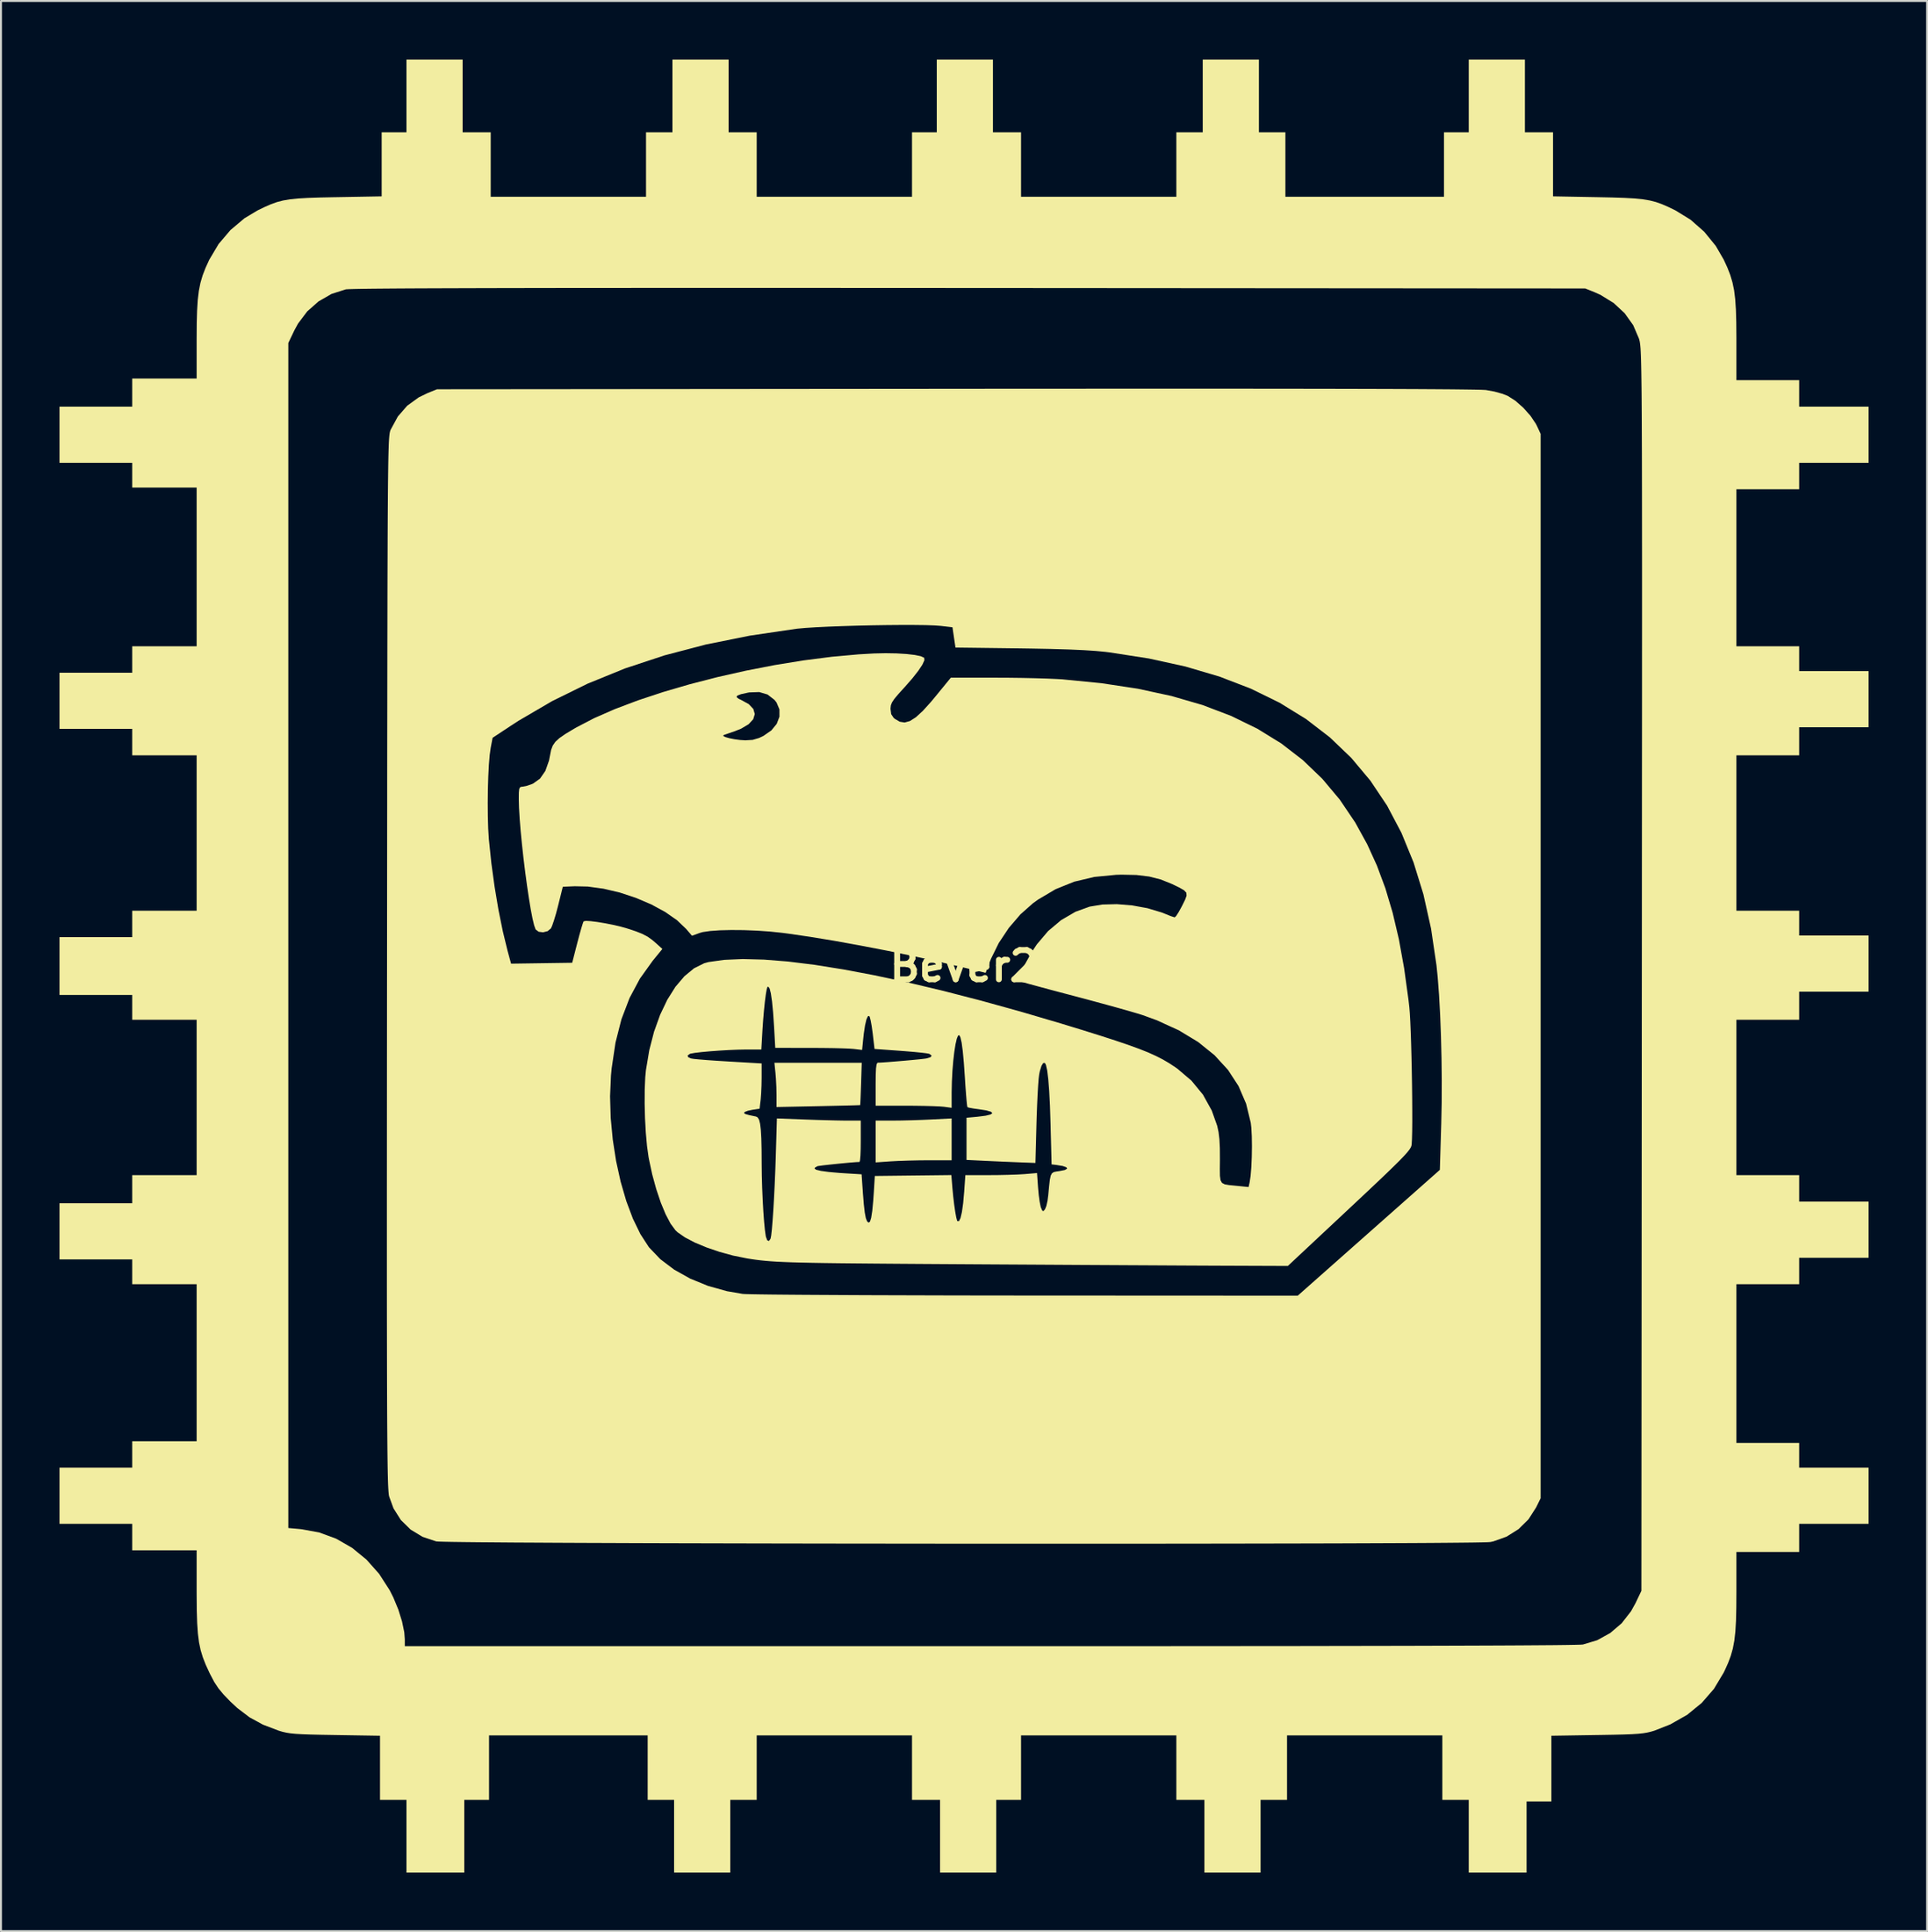
<source format=kicad_pcb>
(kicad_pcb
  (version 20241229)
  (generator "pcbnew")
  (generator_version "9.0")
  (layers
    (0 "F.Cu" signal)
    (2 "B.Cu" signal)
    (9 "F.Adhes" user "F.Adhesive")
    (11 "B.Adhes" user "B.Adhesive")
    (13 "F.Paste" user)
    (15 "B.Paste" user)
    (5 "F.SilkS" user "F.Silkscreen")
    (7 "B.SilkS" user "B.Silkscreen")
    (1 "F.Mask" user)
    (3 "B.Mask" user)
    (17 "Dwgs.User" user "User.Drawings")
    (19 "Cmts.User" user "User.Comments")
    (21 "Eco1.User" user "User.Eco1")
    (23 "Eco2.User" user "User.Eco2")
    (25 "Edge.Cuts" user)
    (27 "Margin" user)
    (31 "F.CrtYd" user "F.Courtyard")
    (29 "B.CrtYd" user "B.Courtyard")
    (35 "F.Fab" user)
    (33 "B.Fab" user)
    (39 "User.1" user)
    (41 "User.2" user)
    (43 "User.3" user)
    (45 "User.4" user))
  (footprint "Bever2"
    (layer "F.Cu")
    (at 46.355 46.44)
    (property "Reference" "Bever2" (at 0 0 0) (layer "F.SilkS") (effects (font (size 1.5 1.5) (thickness 0.3))))
    (attr board_only exclude_from_pos_files exclude_from_bom)
    (fp_poly (pts (xy -0.635 8.877) (xy -0.635 9.948) (xy -1.807 9.948) (xy -2.325 9.953) (xy -2.865 9.965) (xy -3.363 9.982) (xy -3.755 10.003) (xy -4.53 10.058) (xy -4.53 8.987) (xy -4.53 7.916) (xy -3.662 7.916) (xy -3.21 7.911) (xy -2.665 7.898) (xy -2.105 7.878) (xy -1.714 7.861) (xy -0.635 7.806)) (stroke (width 0) (type solid)) (fill yes) (layer "F.SilkS"))
    (fp_poly (pts (xy -5.276 6.032) (xy -5.29 6.439) (xy -5.303 6.777) (xy -5.314 7.014) (xy -5.322 7.12) (xy -5.322 7.122) (xy -5.407 7.126) (xy -5.637 7.134) (xy -5.992 7.143) (xy -6.448 7.154) (xy -6.982 7.166) (xy -7.472 7.177) (xy -9.61 7.221) (xy -9.61 6.607) (xy -9.618 6.201) (xy -9.64 5.77) (xy -9.664 5.473) (xy -9.718 4.953) (xy -7.48 4.953) (xy -5.242 4.953)) (stroke (width 0) (type solid)) (fill yes) (layer "F.SilkS"))
    (fp_poly (pts (xy 12.249 -29.578) (xy 14.299 -29.578) (xy 16.187 -29.576) (xy 17.916 -29.574) (xy 19.486 -29.571) (xy 20.9 -29.567) (xy 22.157 -29.563) (xy 23.26 -29.558) (xy 24.211 -29.552) (xy 25.009 -29.546) (xy 25.657 -29.538) (xy 26.156 -29.531) (xy 26.508 -29.522) (xy 26.713 -29.513) (xy 26.755 -29.509) (xy 27.185 -29.43) (xy 27.597 -29.315) (xy 27.865 -29.209) (xy 28.255 -28.959) (xy 28.659 -28.604) (xy 29.025 -28.194) (xy 29.304 -27.781) (xy 29.363 -27.665) (xy 29.549 -27.263) (xy 29.549 -0.000001) (xy 29.549 27.263) (xy 29.317 27.734) (xy 28.928 28.34) (xy 28.416 28.845) (xy 27.806 29.229) (xy 27.124 29.474) (xy 26.976 29.505) (xy 26.843 29.514) (xy 26.549 29.523) (xy 26.101 29.531) (xy 25.509 29.538) (xy 24.778 29.545) (xy 23.918 29.552) (xy 22.937 29.558) (xy 21.841 29.563) (xy 20.64 29.568) (xy 19.34 29.573) (xy 17.95 29.577) (xy 16.478 29.58) (xy 14.931 29.583) (xy 13.318 29.586) (xy 11.646 29.588) (xy 9.923 29.59) (xy 8.157 29.591) (xy 6.356 29.591) (xy 4.528 29.592) (xy 2.68 29.592) (xy 0.821 29.591) (xy -1.042 29.59) (xy -2.901 29.588) (xy -4.747 29.586) (xy -6.573 29.584) (xy -8.372 29.581) (xy -10.135 29.578) (xy -11.854 29.574) (xy -13.522 29.57) (xy -15.13 29.566) (xy -16.671 29.561) (xy -18.137 29.555) (xy -19.52 29.55) (xy -20.812 29.544) (xy -22.005 29.537) (xy -23.092 29.531) (xy -24.064 29.523) (xy -24.914 29.516) (xy -25.634 29.508) (xy -26.215 29.5) (xy -26.651 29.491) (xy -26.933 29.482) (xy -27.051 29.473) (xy -27.754 29.237) (xy -28.362 28.867) (xy -28.862 28.377) (xy -29.239 27.781) (xy -29.462 27.171) (xy -29.474 27.11) (xy -29.486 27.023) (xy -29.496 26.906) (xy -29.506 26.752) (xy -29.516 26.557) (xy -29.524 26.314) (xy -29.532 26.018) (xy -29.539 25.664) (xy -29.545 25.246) (xy -29.551 24.759) (xy -29.556 24.198) (xy -29.561 23.556) (xy -29.565 22.828) (xy -29.568 22.01) (xy -29.571 21.095) (xy -29.573 20.078) (xy -29.575 18.953) (xy -29.577 17.716) (xy -29.578 16.36) (xy -29.578 14.88) (xy -29.578 13.271) (xy -29.578 11.527) (xy -29.577 9.642) (xy -29.576 7.612) (xy -29.575 5.431) (xy -29.573 3.093) (xy -29.571 0.592) (xy -29.57 -0.216) (xy -29.568 -2.746) (xy -29.566 -5.113) (xy -29.564 -7.321) (xy -29.563 -8.354) (xy -24.409 -8.354) (xy -24.404 -7.68) (xy -24.386 -7.054) (xy -24.353 -6.513) (xy -24.349 -6.471) (xy -24.225 -5.278) (xy -24.059 -4.066) (xy -23.86 -2.883) (xy -23.636 -1.775) (xy -23.395 -0.789) (xy -23.393 -0.781) (xy -23.213 -0.123) (xy -21.647 -0.146) (xy -20.081 -0.169) (xy -19.815 -1.204) (xy -19.71 -1.601) (xy -19.615 -1.936) (xy -19.541 -2.177) (xy -19.498 -2.289) (xy -19.495 -2.292) (xy -19.378 -2.314) (xy -19.134 -2.301) (xy -18.797 -2.259) (xy -18.405 -2.195) (xy -17.993 -2.114) (xy -17.599 -2.022) (xy -17.283 -1.933) (xy -16.824 -1.782) (xy -16.484 -1.647) (xy -16.219 -1.508) (xy -15.984 -1.341) (xy -15.789 -1.174) (xy -15.46 -0.877) (xy -15.957 -0.269) (xy -16.609 0.64) (xy -17.141 1.634) (xy -17.557 2.723) (xy -17.862 3.92) (xy -18.059 5.237) (xy -18.094 5.609) (xy -18.14 6.675) (xy -18.108 7.776) (xy -18.003 8.888) (xy -17.832 9.985) (xy -17.599 11.043) (xy -17.31 12.037) (xy -16.97 12.941) (xy -16.586 13.731) (xy -16.163 14.382) (xy -16.131 14.423) (xy -15.561 15.019) (xy -14.854 15.552) (xy -14.034 16.011) (xy -13.124 16.383) (xy -12.148 16.656) (xy -11.345 16.795) (xy -11.196 16.803) (xy -10.887 16.811) (xy -10.428 16.819) (xy -9.827 16.827) (xy -9.094 16.834) (xy -8.238 16.841) (xy -7.269 16.847) (xy -6.197 16.853) (xy -5.029 16.859) (xy -3.777 16.863) (xy -2.449 16.867) (xy -1.054 16.871) (xy 0.398 16.874) (xy 1.898 16.876) (xy 3.175 16.877) (xy 17.103 16.884) (xy 20.743 13.662) (xy 24.384 10.44) (xy 24.456 8.056) (xy 24.478 6.993) (xy 24.482 5.871) (xy 24.469 4.725) (xy 24.441 3.589) (xy 24.399 2.495) (xy 24.343 1.477) (xy 24.274 0.568) (xy 24.212 -0.042) (xy 23.933 -1.921) (xy 23.542 -3.676) (xy 23.037 -5.309) (xy 22.417 -6.823) (xy 21.68 -8.219) (xy 20.824 -9.498) (xy 19.847 -10.663) (xy 18.748 -11.716) (xy 17.524 -12.657) (xy 16.173 -13.489) (xy 14.694 -14.213) (xy 13.086 -14.831) (xy 11.345 -15.345) (xy 9.471 -15.757) (xy 7.461 -16.068) (xy 7.239 -16.096) (xy 6.749 -16.143) (xy 6.131 -16.184) (xy 5.374 -16.218) (xy 4.47 -16.245) (xy 3.41 -16.266) (xy 2.829 -16.275) (xy -0.439 -16.317) (xy -0.516 -16.837) (xy -0.593 -17.357) (xy -1.185 -17.426) (xy -1.507 -17.45) (xy -1.971 -17.466) (xy -2.551 -17.473) (xy -3.22 -17.474) (xy -3.95 -17.468) (xy -4.716 -17.456) (xy -5.49 -17.438) (xy -6.245 -17.415) (xy -6.956 -17.388) (xy -7.594 -17.357) (xy -8.134 -17.322) (xy -8.548 -17.284) (xy -8.594 -17.278) (xy -10.976 -16.927) (xy -13.23 -16.473) (xy -15.362 -15.913) (xy -17.381 -15.245) (xy -19.294 -14.466) (xy -21.108 -13.574) (xy -22.831 -12.567) (xy -23.256 -12.291) (xy -24.16 -11.694) (xy -24.258 -11.181) (xy -24.31 -10.809) (xy -24.351 -10.303) (xy -24.382 -9.702) (xy -24.402 -9.04) (xy -24.409 -8.354) (xy -29.563 -8.354) (xy -29.563 -9.376) (xy -29.561 -11.285) (xy -29.558 -13.052) (xy -29.556 -14.683) (xy -29.554 -16.183) (xy -29.551 -17.559) (xy -29.549 -18.816) (xy -29.546 -19.958) (xy -29.542 -20.993) (xy -29.539 -21.925) (xy -29.535 -22.76) (xy -29.53 -23.504) (xy -29.525 -24.161) (xy -29.52 -24.739) (xy -29.514 -25.242) (xy -29.508 -25.675) (xy -29.501 -26.045) (xy -29.493 -26.357) (xy -29.485 -26.616) (xy -29.476 -26.828) (xy -29.466 -26.999) (xy -29.455 -27.134) (xy -29.444 -27.239) (xy -29.431 -27.319) (xy -29.418 -27.381) (xy -29.404 -27.428) (xy -29.389 -27.468) (xy -29.386 -27.474) (xy -29.015 -28.155) (xy -28.536 -28.706) (xy -27.942 -29.136) (xy -27.487 -29.355) (xy -27.009 -29.549) (xy -0.466 -29.573) (xy 2.41 -29.576) (xy 5.119 -29.577) (xy 7.66 -29.578) (xy 10.036 -29.579)) (stroke (width 0) (type solid)) (fill yes) (layer "F.SilkS"))
    (fp_poly (pts (xy -25.696 -44.577) (xy -25.696 -42.714) (xy -24.977 -42.714) (xy -24.257 -42.714) (xy -24.257 -41.063) (xy -24.257 -39.412) (xy -20.278 -39.412) (xy -16.298 -39.412) (xy -16.298 -41.063) (xy -16.298 -42.714) (xy -15.621 -42.714) (xy -14.944 -42.714) (xy -14.944 -44.577) (xy -14.944 -46.44) (xy -13.504 -46.44) (xy -12.065 -46.44) (xy -12.065 -44.577) (xy -12.065 -42.714) (xy -11.345 -42.714) (xy -10.626 -42.714) (xy -10.626 -41.063) (xy -10.626 -39.412) (xy -6.646 -39.412) (xy -2.667 -39.412) (xy -2.667 -41.063) (xy -2.667 -42.714) (xy -2.032 -42.714) (xy -1.397 -42.714) (xy -1.397 -44.577) (xy -1.397 -46.44) (xy 0.042 -46.44) (xy 1.482 -46.44) (xy 1.482 -44.577) (xy 1.482 -42.714) (xy 2.201 -42.714) (xy 2.921 -42.714) (xy 2.921 -41.063) (xy 2.921 -39.412) (xy 6.9 -39.412) (xy 10.88 -39.412) (xy 10.88 -41.063) (xy 10.88 -42.714) (xy 11.557 -42.714) (xy 12.234 -42.714) (xy 12.234 -44.577) (xy 12.234 -46.44) (xy 13.674 -46.44) (xy 15.113 -46.44) (xy 15.113 -44.577) (xy 15.113 -42.714) (xy 15.79 -42.714) (xy 16.468 -42.714) (xy 16.468 -41.063) (xy 16.468 -39.412) (xy 20.532 -39.412) (xy 24.596 -39.412) (xy 24.596 -41.063) (xy 24.596 -42.714) (xy 25.231 -42.714) (xy 25.866 -42.714) (xy 25.866 -44.577) (xy 25.866 -46.44) (xy 27.305 -46.44) (xy 28.744 -46.44) (xy 28.744 -44.577) (xy 28.744 -42.714) (xy 29.464 -42.714) (xy 30.184 -42.714) (xy 30.184 -41.073) (xy 30.184 -39.432) (xy 32.449 -39.39) (xy 33.221 -39.374) (xy 33.85 -39.353) (xy 34.362 -39.324) (xy 34.784 -39.281) (xy 35.141 -39.221) (xy 35.46 -39.139) (xy 35.767 -39.03) (xy 36.088 -38.891) (xy 36.449 -38.716) (xy 37.234 -38.234) (xy 37.934 -37.618) (xy 38.525 -36.892) (xy 38.932 -36.189) (xy 39.119 -35.783) (xy 39.266 -35.406) (xy 39.379 -35.029) (xy 39.463 -34.626) (xy 39.52 -34.169) (xy 39.556 -33.629) (xy 39.575 -32.981) (xy 39.582 -32.195) (xy 39.582 -32.05) (xy 39.582 -30.014) (xy 41.19 -30.014) (xy 42.799 -30.014) (xy 42.799 -29.337) (xy 42.799 -28.66) (xy 44.577 -28.66) (xy 46.355 -28.66) (xy 46.355 -27.22) (xy 46.355 -25.781) (xy 44.577 -25.781) (xy 42.799 -25.781) (xy 42.799 -25.104) (xy 42.799 -24.426) (xy 41.19 -24.426) (xy 39.582 -24.426) (xy 39.582 -20.405) (xy 39.582 -16.383) (xy 41.19 -16.383) (xy 42.799 -16.383) (xy 42.799 -15.748) (xy 42.799 -15.113) (xy 44.577 -15.113) (xy 46.355 -15.113) (xy 46.355 -13.674) (xy 46.355 -12.234) (xy 44.577 -12.234) (xy 42.799 -12.234) (xy 42.799 -11.515) (xy 42.799 -10.795) (xy 41.19 -10.795) (xy 39.582 -10.795) (xy 39.582 -6.816) (xy 39.582 -2.836) (xy 41.19 -2.836) (xy 42.799 -2.836) (xy 42.799 -2.201) (xy 42.799 -1.566) (xy 44.577 -1.566) (xy 46.355 -1.566) (xy 46.355 -0.127) (xy 46.355 1.312) (xy 44.577 1.312) (xy 42.799 1.312) (xy 42.799 2.032) (xy 42.799 2.752) (xy 41.19 2.752) (xy 39.582 2.752) (xy 39.582 6.731) (xy 39.582 10.71) (xy 41.19 10.71) (xy 42.799 10.71) (xy 42.799 11.388) (xy 42.799 12.065) (xy 44.577 12.065) (xy 46.355 12.065) (xy 46.355 13.504) (xy 46.355 14.944) (xy 44.577 14.944) (xy 42.799 14.944) (xy 42.799 15.621) (xy 42.799 16.298) (xy 41.19 16.298) (xy 39.582 16.298) (xy 39.582 20.362) (xy 39.582 24.426) (xy 41.19 24.426) (xy 42.799 24.426) (xy 42.799 25.061) (xy 42.799 25.696) (xy 44.577 25.696) (xy 46.355 25.696) (xy 46.355 27.136) (xy 46.355 28.575) (xy 44.577 28.575) (xy 42.799 28.575) (xy 42.799 29.295) (xy 42.799 30.014) (xy 41.19 30.014) (xy 39.582 30.014) (xy 39.582 32.05) (xy 39.577 32.862) (xy 39.561 33.532) (xy 39.529 34.087) (xy 39.476 34.555) (xy 39.399 34.963) (xy 39.293 35.338) (xy 39.154 35.707) (xy 38.977 36.099) (xy 38.931 36.193) (xy 38.434 37.023) (xy 37.808 37.745) (xy 37.06 38.356) (xy 36.196 38.847) (xy 35.391 39.164) (xy 35.201 39.221) (xy 35.014 39.266) (xy 34.805 39.301) (xy 34.55 39.328) (xy 34.226 39.349) (xy 33.809 39.365) (xy 33.275 39.378) (xy 32.6 39.39) (xy 32.449 39.392) (xy 30.099 39.43) (xy 30.099 41.114) (xy 30.099 42.799) (xy 29.464 42.799) (xy 28.829 42.799) (xy 28.829 44.619) (xy 28.829 46.44) (xy 27.347 46.44) (xy 25.866 46.44) (xy 25.866 44.577) (xy 25.866 42.714) (xy 25.188 42.714) (xy 24.511 42.714) (xy 24.511 41.063) (xy 24.511 39.412) (xy 20.532 39.412) (xy 16.552 39.412) (xy 16.552 41.063) (xy 16.552 42.714) (xy 15.875 42.714) (xy 15.198 42.714) (xy 15.198 44.577) (xy 15.198 46.44) (xy 13.758 46.44) (xy 12.319 46.44) (xy 12.319 44.577) (xy 12.319 42.714) (xy 11.599 42.714) (xy 10.88 42.714) (xy 10.88 41.063) (xy 10.88 39.412) (xy 6.9 39.412) (xy 2.921 39.412) (xy 2.921 41.063) (xy 2.921 42.714) (xy 2.286 42.714) (xy 1.651 42.714) (xy 1.651 44.577) (xy 1.651 46.44) (xy 0.212 46.44) (xy -1.228 46.44) (xy -1.228 44.577) (xy -1.228 42.714) (xy -1.947 42.714) (xy -2.667 42.714) (xy -2.667 41.063) (xy -2.667 39.412) (xy -6.646 39.412) (xy -10.626 39.412) (xy -10.626 41.063) (xy -10.626 42.714) (xy -11.303 42.714) (xy -11.98 42.714) (xy -11.98 44.577) (xy -11.98 46.44) (xy -13.42 46.44) (xy -14.859 46.44) (xy -14.859 44.577) (xy -14.859 42.714) (xy -15.536 42.714) (xy -16.214 42.714) (xy -16.214 41.063) (xy -16.214 39.412) (xy -20.278 39.412) (xy -24.342 39.412) (xy -24.342 41.063) (xy -24.342 42.714) (xy -24.977 42.714) (xy -25.612 42.714) (xy -25.612 44.577) (xy -25.612 46.44) (xy -27.093 46.44) (xy -28.575 46.44) (xy -28.575 44.577) (xy -28.575 42.714) (xy -29.252 42.714) (xy -29.93 42.714) (xy -29.93 41.072) (xy -29.93 39.43) (xy -32.237 39.392) (xy -32.936 39.38) (xy -33.49 39.367) (xy -33.924 39.351) (xy -34.26 39.331) (xy -34.524 39.305) (xy -34.739 39.27) (xy -34.929 39.226) (xy -35.119 39.169) (xy -35.137 39.163) (xy -35.933 38.859) (xy -36.619 38.484) (xy -37.248 38.005) (xy -37.604 37.673) (xy -37.953 37.311) (xy -38.212 36.998) (xy -38.425 36.675) (xy -38.632 36.283) (xy -38.678 36.189) (xy -38.863 35.788) (xy -39.009 35.414) (xy -39.122 35.043) (xy -39.206 34.645) (xy -39.263 34.195) (xy -39.3 33.664) (xy -39.32 33.027) (xy -39.327 32.255) (xy -39.328 32.008) (xy -39.328 29.93) (xy -40.979 29.93) (xy -42.63 29.93) (xy -42.63 29.252) (xy -42.63 28.575) (xy -44.492 28.575) (xy -46.355 28.575) (xy -46.355 27.136) (xy -46.355 25.696) (xy -44.492 25.696) (xy -42.63 25.696) (xy -42.63 25.019) (xy -42.63 24.342) (xy -40.979 24.342) (xy -39.328 24.342) (xy -39.328 20.32) (xy -39.328 16.298) (xy -40.979 16.298) (xy -42.63 16.298) (xy -42.63 15.663) (xy -42.63 15.028) (xy -44.492 15.028) (xy -46.355 15.028) (xy -46.355 13.589) (xy -46.355 12.15) (xy -44.492 12.15) (xy -42.63 12.15) (xy -42.63 11.43) (xy -42.63 10.71) (xy -40.979 10.71) (xy -39.328 10.71) (xy -39.328 6.731) (xy -39.328 2.752) (xy -40.979 2.752) (xy -42.63 2.752) (xy -42.63 2.117) (xy -42.63 1.482) (xy -44.492 1.482) (xy -46.355 1.482) (xy -46.355 -0.000001) (xy -46.355 -1.482) (xy -44.492 -1.482) (xy -42.63 -1.482) (xy -42.63 -2.159) (xy -42.63 -2.836) (xy -40.979 -2.836) (xy -39.328 -2.836) (xy -39.328 -6.816) (xy -39.328 -10.795) (xy -40.979 -10.795) (xy -42.63 -10.795) (xy -42.63 -11.472) (xy -42.63 -12.15) (xy -44.492 -12.15) (xy -46.355 -12.15) (xy -46.355 -13.589) (xy -46.355 -15.028) (xy -44.492 -15.028) (xy -42.63 -15.028) (xy -42.63 -15.706) (xy -42.63 -16.383) (xy -40.979 -16.383) (xy -39.328 -16.383) (xy -39.328 -20.447) (xy -39.328 -24.511) (xy -40.979 -24.511) (xy -42.63 -24.511) (xy -42.63 -25.146) (xy -42.63 -25.781) (xy -44.492 -25.781) (xy -46.355 -25.781) (xy -46.355 -27.22) (xy -46.355 -28.66) (xy -44.492 -28.66) (xy -42.63 -28.66) (xy -42.63 -29.379) (xy -42.63 -30.099) (xy -40.979 -30.099) (xy -39.328 -30.099) (xy -39.328 -31.919) (xy -34.629 -31.919) (xy -34.629 -1.566) (xy -34.629 28.787) (xy -33.977 28.846) (xy -33.052 29.013) (xy -32.176 29.335) (xy -31.362 29.802) (xy -30.625 30.405) (xy -29.978 31.132) (xy -29.435 31.974) (xy -29.249 32.343) (xy -28.993 32.961) (xy -28.802 33.573) (xy -28.687 34.13) (xy -28.66 34.486) (xy -28.66 34.84) (xy 1.301 34.84) (xy 4.35 34.84) (xy 7.243 34.839) (xy 9.977 34.838) (xy 12.554 34.836) (xy 14.971 34.834) (xy 17.228 34.832) (xy 19.325 34.828) (xy 21.261 34.825) (xy 23.034 34.821) (xy 24.646 34.816) (xy 26.094 34.811) (xy 27.378 34.806) (xy 28.498 34.8) (xy 29.452 34.793) (xy 30.241 34.787) (xy 30.862 34.779) (xy 31.317 34.771) (xy 31.603 34.763) (xy 31.717 34.755) (xy 32.448 34.535) (xy 33.116 34.167) (xy 33.701 33.668) (xy 34.181 33.053) (xy 34.407 32.645) (xy 34.713 32.004) (xy 34.736 0.212) (xy 34.738 -2.546) (xy 34.739 -5.14) (xy 34.741 -7.575) (xy 34.742 -9.855) (xy 34.744 -11.987) (xy 34.745 -13.976) (xy 34.745 -15.825) (xy 34.746 -17.542) (xy 34.746 -19.13) (xy 34.746 -20.595) (xy 34.745 -21.942) (xy 34.744 -23.176) (xy 34.743 -24.303) (xy 34.741 -25.327) (xy 34.739 -26.253) (xy 34.736 -27.087) (xy 34.733 -27.834) (xy 34.729 -28.499) (xy 34.725 -29.088) (xy 34.72 -29.604) (xy 34.714 -30.054) (xy 34.708 -30.442) (xy 34.701 -30.774) (xy 34.694 -31.054) (xy 34.686 -31.289) (xy 34.677 -31.483) (xy 34.668 -31.641) (xy 34.657 -31.768) (xy 34.646 -31.869) (xy 34.634 -31.951) (xy 34.622 -32.017) (xy 34.608 -32.073) (xy 34.594 -32.123) (xy 34.586 -32.149) (xy 34.293 -32.832) (xy 33.856 -33.444) (xy 33.292 -33.967) (xy 32.618 -34.384) (xy 32.321 -34.517) (xy 31.835 -34.713) (xy 0.296 -34.736) (xy -2.748 -34.737) (xy -5.624 -34.739) (xy -8.337 -34.74) (xy -10.887 -34.74) (xy -13.276 -34.741) (xy -15.509 -34.74) (xy -17.586 -34.739) (xy -19.51 -34.738) (xy -21.283 -34.736) (xy -22.908 -34.733) (xy -24.387 -34.73) (xy -25.722 -34.726) (xy -26.916 -34.722) (xy -27.971 -34.718) (xy -28.889 -34.713) (xy -29.673 -34.707) (xy -30.325 -34.701) (xy -30.848 -34.694) (xy -31.243 -34.686) (xy -31.513 -34.678) (xy -31.66 -34.67) (xy -31.684 -34.667) (xy -32.415 -34.432) (xy -33.08 -34.05) (xy -33.66 -33.538) (xy -34.132 -32.912) (xy -34.323 -32.56) (xy -34.629 -31.919) (xy -39.328 -31.919) (xy -39.328 -32.092) (xy -39.323 -32.899) (xy -39.305 -33.565) (xy -39.271 -34.118) (xy -39.215 -34.586) (xy -39.133 -34.997) (xy -39.021 -35.38) (xy -38.874 -35.761) (xy -38.688 -36.169) (xy -38.678 -36.189) (xy -38.201 -36.991) (xy -37.595 -37.704) (xy -36.883 -38.304) (xy -36.195 -38.716) (xy -35.836 -38.889) (xy -35.518 -39.028) (xy -35.214 -39.137) (xy -34.898 -39.219) (xy -34.546 -39.279) (xy -34.13 -39.322) (xy -33.625 -39.352) (xy -33.005 -39.373) (xy -32.244 -39.389) (xy -32.152 -39.39) (xy -29.845 -39.432) (xy -29.845 -41.073) (xy -29.845 -42.714) (xy -29.21 -42.714) (xy -28.575 -42.714) (xy -28.575 -44.577) (xy -28.575 -46.44) (xy -27.136 -46.44) (xy -25.696 -46.44)) (stroke (width 0) (type solid)) (fill yes) (layer "F.SilkS"))
    (fp_poly (pts (xy -3.458 -16.017) (xy -2.951 -15.987) (xy -2.528 -15.938) (xy -2.217 -15.874) (xy -2.046 -15.796) (xy -2.042 -15.792) (xy -2.032 -15.666) (xy -2.136 -15.439) (xy -2.345 -15.125) (xy -2.648 -14.739) (xy -3.038 -14.294) (xy -3.084 -14.244) (xy -3.379 -13.918) (xy -3.575 -13.683) (xy -3.692 -13.507) (xy -3.75 -13.359) (xy -3.767 -13.209) (xy -3.768 -13.171) (xy -3.734 -12.905) (xy -3.609 -12.719) (xy -3.545 -12.664) (xy -3.297 -12.518) (xy -3.045 -12.478) (xy -2.773 -12.552) (xy -2.467 -12.748) (xy -2.113 -13.072) (xy -1.696 -13.533) (xy -1.5 -13.768) (xy -0.677 -14.773) (xy 1.609 -14.773) (xy 2.291 -14.77) (xy 2.988 -14.761) (xy 3.659 -14.746) (xy 4.266 -14.727) (xy 4.77 -14.705) (xy 5.038 -14.689) (xy 7.044 -14.491) (xy 8.907 -14.208) (xy 10.633 -13.835) (xy 12.226 -13.372) (xy 13.691 -12.814) (xy 15.031 -12.16) (xy 16.254 -11.407) (xy 17.361 -10.553) (xy 18.36 -9.594) (xy 19.254 -8.529) (xy 20.048 -7.354) (xy 20.661 -6.241) (xy 21.158 -5.151) (xy 21.591 -3.989) (xy 21.964 -2.737) (xy 22.284 -1.378) (xy 22.553 0.106) (xy 22.777 1.734) (xy 22.821 2.117) (xy 22.846 2.422) (xy 22.87 2.851) (xy 22.893 3.382) (xy 22.913 3.991) (xy 22.931 4.654) (xy 22.946 5.349) (xy 22.958 6.051) (xy 22.966 6.738) (xy 22.97 7.386) (xy 22.971 7.971) (xy 22.966 8.47) (xy 22.956 8.861) (xy 22.942 9.118) (xy 22.931 9.197) (xy 22.9 9.281) (xy 22.835 9.388) (xy 22.727 9.527) (xy 22.566 9.708) (xy 22.342 9.942) (xy 22.044 10.238) (xy 21.665 10.606) (xy 21.192 11.056) (xy 20.617 11.599) (xy 19.93 12.243) (xy 19.727 12.433) (xy 16.595 15.362) (xy 13.504 15.35) (xy 12.997 15.348) (xy 12.335 15.345) (xy 11.535 15.341) (xy 10.613 15.336) (xy 9.584 15.33) (xy 8.464 15.324) (xy 7.268 15.317) (xy 6.012 15.31) (xy 4.712 15.302) (xy 3.383 15.294) (xy 2.04 15.286) (xy 0.73 15.278) (xy -0.821 15.268) (xy -2.212 15.259) (xy -3.455 15.25) (xy -4.558 15.241) (xy -5.533 15.232) (xy -6.389 15.223) (xy -7.136 15.213) (xy -7.785 15.202) (xy -8.346 15.189) (xy -8.829 15.176) (xy -9.243 15.16) (xy -9.6 15.143) (xy -9.908 15.123) (xy -10.179 15.1) (xy -10.423 15.075) (xy -10.649 15.047) (xy -10.867 15.016) (xy -11.089 14.981) (xy -11.134 14.973) (xy -11.834 14.832) (xy -12.532 14.641) (xy -13.195 14.415) (xy -13.794 14.165) (xy -14.298 13.902) (xy -14.677 13.64) (xy -14.79 13.534) (xy -15.041 13.193) (xy -15.295 12.71) (xy -15.543 12.112) (xy -15.774 11.424) (xy -15.98 10.673) (xy -16.149 9.886) (xy -16.169 9.779) (xy -16.248 9.216) (xy -16.308 8.54) (xy -16.349 7.801) (xy -16.368 7.047) (xy -16.364 6.328) (xy -16.337 5.693) (xy -16.301 5.321) (xy -16.177 4.583) (xy -14.17 4.583) (xy -14.13 4.673) (xy -13.991 4.733) (xy -13.851 4.755) (xy -13.57 4.783) (xy -13.178 4.815) (xy -12.704 4.849) (xy -12.177 4.882) (xy -12.086 4.888) (xy -10.372 4.988) (xy -10.372 5.711) (xy -10.379 6.114) (xy -10.397 6.513) (xy -10.421 6.833) (xy -10.426 6.871) (xy -10.478 7.308) (xy -10.846 7.363) (xy -11.081 7.413) (xy -11.237 7.473) (xy -11.262 7.495) (xy -11.265 7.542) (xy -11.191 7.585) (xy -11.01 7.635) (xy -10.694 7.702) (xy -10.659 7.709) (xy -10.572 7.758) (xy -10.503 7.878) (xy -10.451 8.085) (xy -10.414 8.395) (xy -10.389 8.825) (xy -10.375 9.39) (xy -10.37 10.108) (xy -10.37 10.151) (xy -10.363 10.736) (xy -10.345 11.356) (xy -10.318 11.979) (xy -10.285 12.572) (xy -10.246 13.101) (xy -10.204 13.532) (xy -10.161 13.832) (xy -10.155 13.864) (xy -10.084 14.051) (xy -9.998 14.085) (xy -9.916 13.966) (xy -9.884 13.807) (xy -9.849 13.501) (xy -9.813 13.069) (xy -9.775 12.532) (xy -9.739 11.912) (xy -9.705 11.231) (xy -9.674 10.509) (xy -9.648 9.768) (xy -9.645 9.66) (xy -9.59 7.806) (xy -8.139 7.861) (xy -7.596 7.88) (xy -7.052 7.896) (xy -6.555 7.908) (xy -6.153 7.915) (xy -5.99 7.916) (xy -5.292 7.916) (xy -5.292 8.975) (xy -5.296 9.376) (xy -5.309 9.707) (xy -5.329 9.937) (xy -5.352 10.033) (xy -5.355 10.034) (xy -5.533 10.043) (xy -5.82 10.066) (xy -6.177 10.099) (xy -6.56 10.137) (xy -6.928 10.176) (xy -7.238 10.211) (xy -7.449 10.24) (xy -7.514 10.252) (xy -7.639 10.325) (xy -7.662 10.37) (xy -7.579 10.434) (xy -7.332 10.494) (xy -6.928 10.549) (xy -6.373 10.598) (xy -6.096 10.616) (xy -5.249 10.668) (xy -5.182 11.642) (xy -5.136 12.209) (xy -5.088 12.625) (xy -5.034 12.908) (xy -4.969 13.075) (xy -4.894 13.143) (xy -4.822 13.095) (xy -4.759 12.896) (xy -4.703 12.542) (xy -4.654 12.027) (xy -4.624 11.599) (xy -4.572 10.753) (xy -2.611 10.73) (xy -0.65 10.707) (xy -0.597 11.365) (xy -0.555 11.802) (xy -0.505 12.224) (xy -0.451 12.595) (xy -0.399 12.88) (xy -0.354 13.043) (xy -0.341 13.065) (xy -0.258 13.066) (xy -0.18 12.907) (xy -0.108 12.597) (xy -0.045 12.147) (xy 0.007 11.565) (xy 0.009 11.536) (xy 0.067 10.71) (xy 1.269 10.71) (xy 1.772 10.706) (xy 2.277 10.695) (xy 2.73 10.679) (xy 3.076 10.659) (xy 3.106 10.657) (xy 3.741 10.603) (xy 3.795 11.367) (xy 3.83 11.74) (xy 3.876 12.076) (xy 3.925 12.318) (xy 3.942 12.373) (xy 4.012 12.533) (xy 4.072 12.55) (xy 4.149 12.459) (xy 4.216 12.296) (xy 4.278 12.025) (xy 4.316 11.739) (xy 4.36 11.275) (xy 4.397 10.951) (xy 4.441 10.741) (xy 4.503 10.619) (xy 4.596 10.555) (xy 4.732 10.525) (xy 4.874 10.506) (xy 5.161 10.449) (xy 5.284 10.38) (xy 5.247 10.309) (xy 5.054 10.241) (xy 4.709 10.185) (xy 4.699 10.184) (xy 4.487 10.16) (xy 4.432 8.043) (xy 4.403 7.145) (xy 4.364 6.394) (xy 4.317 5.795) (xy 4.262 5.352) (xy 4.199 5.07) (xy 4.147 4.965) (xy 4.06 4.964) (xy 3.969 5.111) (xy 3.885 5.382) (xy 3.85 5.553) (xy 3.824 5.769) (xy 3.797 6.123) (xy 3.77 6.586) (xy 3.745 7.126) (xy 3.723 7.713) (xy 3.713 8.049) (xy 3.658 10.086) (xy 2.93 10.058) (xy 2.536 10.042) (xy 2.043 10.021) (xy 1.524 9.998) (xy 1.164 9.981) (xy 0.127 9.931) (xy 0.127 8.851) (xy 0.127 7.771) (xy 0.68 7.72) (xy 1.102 7.666) (xy 1.36 7.603) (xy 1.452 7.533) (xy 1.379 7.462) (xy 1.138 7.393) (xy 0.767 7.336) (xy 0.479 7.296) (xy 0.264 7.257) (xy 0.174 7.229) (xy 0.155 7.135) (xy 0.13 6.901) (xy 0.101 6.553) (xy 0.069 6.121) (xy 0.043 5.711) (xy -0.01 4.951) (xy -0.065 4.357) (xy -0.123 3.925) (xy -0.185 3.652) (xy -0.24 3.542) (xy -0.305 3.559) (xy -0.372 3.722) (xy -0.438 4.008) (xy -0.499 4.393) (xy -0.552 4.854) (xy -0.595 5.369) (xy -0.623 5.912) (xy -0.635 6.462) (xy -0.635 6.51) (xy -0.635 7.262) (xy -1.028 7.208) (xy -1.24 7.191) (xy -1.586 7.176) (xy -2.029 7.164) (xy -2.533 7.156) (xy -2.975 7.154) (xy -4.53 7.154) (xy -4.53 6.054) (xy -4.525 5.574) (xy -4.511 5.244) (xy -4.484 5.045) (xy -4.444 4.958) (xy -4.424 4.951) (xy -4.22 4.941) (xy -3.9 4.919) (xy -3.506 4.887) (xy -3.081 4.851) (xy -2.667 4.813) (xy -2.306 4.778) (xy -2.041 4.748) (xy -1.932 4.733) (xy -1.717 4.668) (xy -1.659 4.589) (xy -1.764 4.505) (xy -1.793 4.493) (xy -1.924 4.468) (xy -2.191 4.436) (xy -2.561 4.399) (xy -3.002 4.362) (xy -3.261 4.342) (xy -4.587 4.246) (xy -4.681 3.444) (xy -4.73 3.088) (xy -4.784 2.794) (xy -4.834 2.604) (xy -4.858 2.559) (xy -4.929 2.571) (xy -5.003 2.737) (xy -5.074 3.039) (xy -5.137 3.461) (xy -5.165 3.715) (xy -5.223 4.297) (xy -5.659 4.245) (xy -5.877 4.229) (xy -6.231 4.215) (xy -6.687 4.203) (xy -7.213 4.196) (xy -7.775 4.192) (xy -7.885 4.192) (xy -9.674 4.191) (xy -9.735 3.111) (xy -9.784 2.384) (xy -9.84 1.811) (xy -9.901 1.396) (xy -9.967 1.143) (xy -10.038 1.054) (xy -10.073 1.07) (xy -10.112 1.184) (xy -10.156 1.437) (xy -10.204 1.801) (xy -10.25 2.245) (xy -10.293 2.741) (xy -10.329 3.259) (xy -10.33 3.281) (xy -10.388 4.276) (xy -11.206 4.276) (xy -11.607 4.284) (xy -12.068 4.303) (xy -12.553 4.332) (xy -13.025 4.367) (xy -13.449 4.406) (xy -13.788 4.446) (xy -14.006 4.484) (xy -14.047 4.496) (xy -14.17 4.583) (xy -16.177 4.583) (xy -16.131 4.309) (xy -15.887 3.364) (xy -15.576 2.498) (xy -15.208 1.726) (xy -14.79 1.062) (xy -14.329 0.52) (xy -13.835 0.113) (xy -13.315 -0.145) (xy -13.095 -0.205) (xy -12.291 -0.319) (xy -11.34 -0.36) (xy -10.247 -0.331) (xy -9.019 -0.232) (xy -7.661 -0.064) (xy -6.179 0.172) (xy -4.577 0.475) (xy -2.864 0.843) (xy -1.042 1.276) (xy 0.88 1.773) (xy 2.898 2.332) (xy 5.007 2.953) (xy 6.023 3.264) (xy 6.956 3.556) (xy 7.745 3.811) (xy 8.409 4.036) (xy 8.967 4.238) (xy 9.439 4.426) (xy 9.842 4.608) (xy 10.197 4.79) (xy 10.522 4.981) (xy 10.836 5.189) (xy 10.935 5.258) (xy 11.654 5.869) (xy 12.243 6.585) (xy 12.695 7.4) (xy 12.974 8.184) (xy 13.042 8.499) (xy 13.087 8.868) (xy 13.11 9.331) (xy 13.114 9.921) (xy 13.109 10.404) (xy 13.114 10.745) (xy 13.144 10.97) (xy 13.22 11.107) (xy 13.359 11.181) (xy 13.579 11.22) (xy 13.899 11.251) (xy 14.022 11.263) (xy 14.582 11.32) (xy 14.636 11.079) (xy 14.686 10.75) (xy 14.723 10.302) (xy 14.746 9.782) (xy 14.754 9.238) (xy 14.747 8.721) (xy 14.723 8.277) (xy 14.694 8.028) (xy 14.456 7.051) (xy 14.067 6.147) (xy 13.527 5.319) (xy 12.837 4.566) (xy 11.999 3.891) (xy 11.014 3.295) (xy 9.882 2.777) (xy 9.141 2.508) (xy 8.873 2.425) (xy 8.467 2.306) (xy 7.95 2.16) (xy 7.348 1.993) (xy 6.686 1.813) (xy 5.992 1.627) (xy 5.588 1.52) (xy 4.928 1.346) (xy 4.321 1.184) (xy 3.787 1.04) (xy 3.344 0.92) (xy 3.013 0.827) (xy 2.811 0.769) (xy 2.756 0.749) (xy 2.768 0.656) (xy 2.851 0.45) (xy 2.988 0.166) (xy 3.161 -0.164) (xy 3.353 -0.508) (xy 3.546 -0.832) (xy 3.725 -1.102) (xy 3.733 -1.114) (xy 4.307 -1.791) (xy 4.974 -2.353) (xy 5.709 -2.781) (xy 6.438 -3.045) (xy 7.09 -3.153) (xy 7.833 -3.172) (xy 8.62 -3.107) (xy 9.401 -2.964) (xy 10.126 -2.747) (xy 10.354 -2.657) (xy 10.588 -2.562) (xy 10.759 -2.505) (xy 10.801 -2.498) (xy 10.872 -2.568) (xy 10.993 -2.755) (xy 11.141 -3.023) (xy 11.184 -3.106) (xy 11.33 -3.401) (xy 11.405 -3.607) (xy 11.392 -3.757) (xy 11.276 -3.883) (xy 11.041 -4.018) (xy 10.672 -4.197) (xy 10.66 -4.202) (xy 10.091 -4.433) (xy 9.496 -4.585) (xy 8.835 -4.666) (xy 8.068 -4.682) (xy 7.789 -4.674) (xy 6.671 -4.566) (xy 5.644 -4.322) (xy 4.69 -3.937) (xy 3.79 -3.404) (xy 3.536 -3.221) (xy 2.89 -2.649) (xy 2.294 -1.954) (xy 1.78 -1.182) (xy 1.384 -0.378) (xy 1.336 -0.257) (xy 1.107 0.347) (xy -0.039 0.069) (xy -1.314 -0.229) (xy -2.649 -0.521) (xy -4.009 -0.801) (xy -5.358 -1.061) (xy -6.662 -1.296) (xy -7.885 -1.498) (xy -8.993 -1.66) (xy -9.313 -1.702) (xy -9.95 -1.769) (xy -10.62 -1.816) (xy -11.291 -1.842) (xy -11.935 -1.847) (xy -12.519 -1.833) (xy -13.014 -1.797) (xy -13.388 -1.742) (xy -13.533 -1.702) (xy -13.943 -1.554) (xy -14.241 -1.902) (xy -14.712 -2.351) (xy -15.319 -2.774) (xy -16.03 -3.159) (xy -16.815 -3.493) (xy -17.639 -3.766) (xy -18.473 -3.963) (xy -19.282 -4.074) (xy -19.95 -4.089) (xy -20.562 -4.064) (xy -20.804 -3.092) (xy -20.91 -2.69) (xy -21.017 -2.333) (xy -21.11 -2.063) (xy -21.172 -1.928) (xy -21.342 -1.788) (xy -21.573 -1.73) (xy -21.799 -1.758) (xy -21.953 -1.874) (xy -21.959 -1.884) (xy -22.033 -2.092) (xy -22.117 -2.446) (xy -22.208 -2.919) (xy -22.302 -3.488) (xy -22.397 -4.128) (xy -22.49 -4.816) (xy -22.577 -5.526) (xy -22.655 -6.234) (xy -22.722 -6.917) (xy -22.773 -7.549) (xy -22.806 -8.106) (xy -22.818 -8.564) (xy -22.818 -8.565) (xy -22.814 -8.884) (xy -22.797 -9.07) (xy -22.754 -9.159) (xy -22.675 -9.186) (xy -22.627 -9.188) (xy -22.433 -9.224) (xy -22.175 -9.311) (xy -22.085 -9.35) (xy -21.731 -9.602) (xy -21.457 -9.997) (xy -21.27 -10.525) (xy -21.217 -10.795) (xy -21.162 -11.071) (xy -21.078 -11.294) (xy -20.943 -11.489) (xy -20.734 -11.681) (xy -20.577 -11.789) (xy -12.342 -11.789) (xy -12.233 -11.732) (xy -12.026 -11.673) (xy -11.758 -11.62) (xy -11.463 -11.581) (xy -11.207 -11.565) (xy -10.835 -11.588) (xy -10.502 -11.686) (xy -10.276 -11.794) (xy -9.875 -12.072) (xy -9.6 -12.408) (xy -9.46 -12.776) (xy -9.461 -13.15) (xy -9.611 -13.505) (xy -9.716 -13.637) (xy -10.069 -13.911) (xy -10.495 -14.038) (xy -11.003 -14.02) (xy -11.071 -14.008) (xy -11.426 -13.93) (xy -11.619 -13.857) (xy -11.659 -13.781) (xy -11.553 -13.694) (xy -11.427 -13.636) (xy -11.032 -13.418) (xy -10.798 -13.171) (xy -10.723 -12.909) (xy -10.804 -12.644) (xy -11.039 -12.39) (xy -11.426 -12.16) (xy -11.746 -12.032) (xy -12.018 -11.939) (xy -12.236 -11.863) (xy -12.319 -11.834) (xy -12.342 -11.789) (xy -20.577 -11.789) (xy -20.426 -11.893) (xy -19.997 -12.151) (xy -19.854 -12.233) (xy -18.947 -12.704) (xy -17.893 -13.165) (xy -16.713 -13.611) (xy -15.43 -14.036) (xy -14.065 -14.435) (xy -12.641 -14.802) (xy -11.18 -15.132) (xy -9.704 -15.419) (xy -8.234 -15.658) (xy -6.794 -15.843) (xy -5.403 -15.969) (xy -4.614 -16.014) (xy -4.022 -16.027)) (stroke (width 0) (type solid)) (fill yes) (layer "F.SilkS")))
  (gr_rect
    (start -3 -3)
    (end 95.71 95.879)
    (stroke (width 0.1) (type default))
    (fill no)
    (layer "Edge.Cuts")))
</source>
